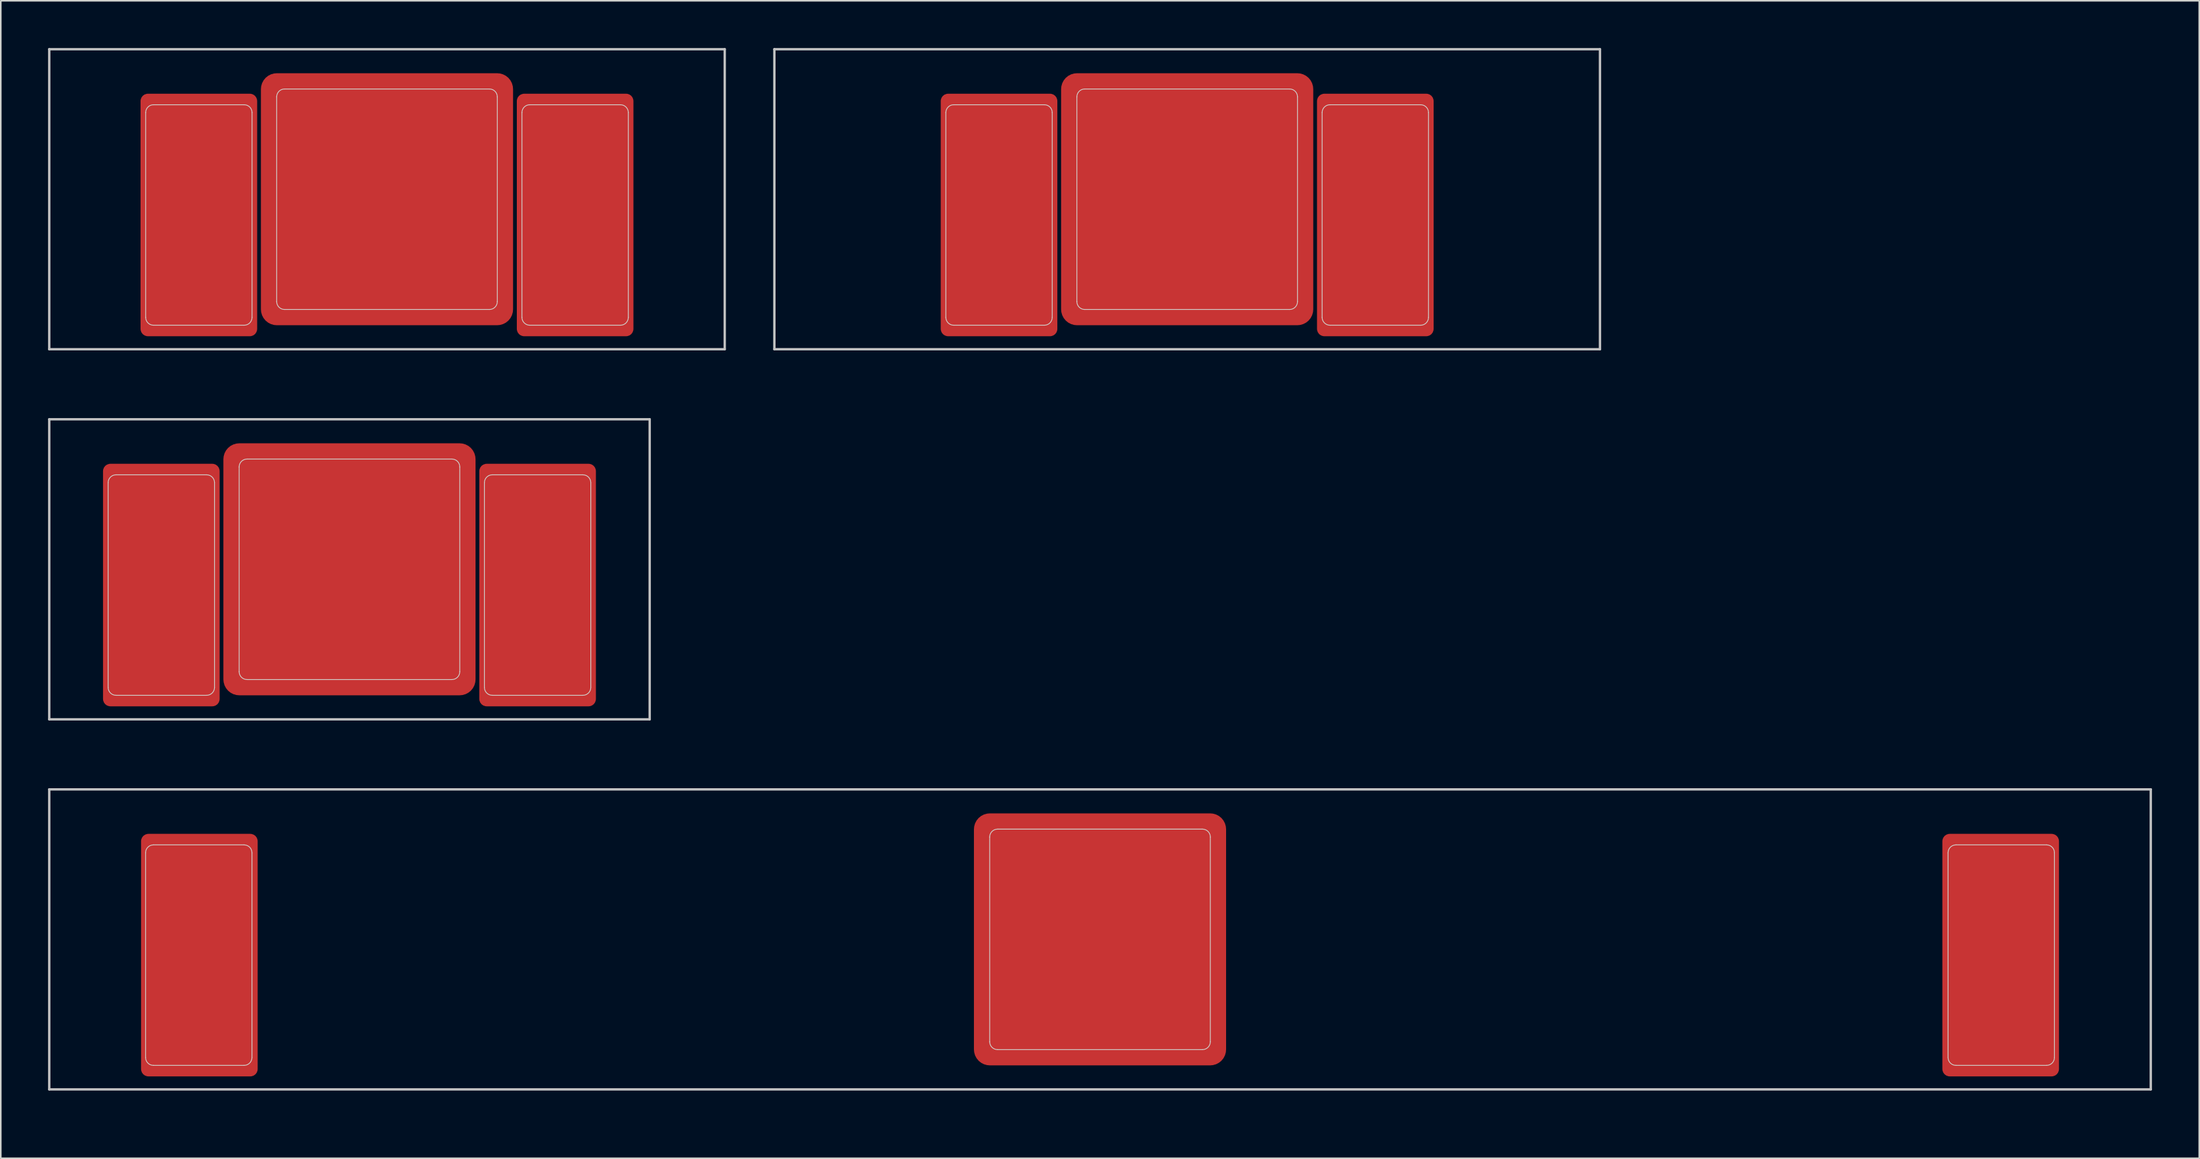
<source format=kicad_pcb>
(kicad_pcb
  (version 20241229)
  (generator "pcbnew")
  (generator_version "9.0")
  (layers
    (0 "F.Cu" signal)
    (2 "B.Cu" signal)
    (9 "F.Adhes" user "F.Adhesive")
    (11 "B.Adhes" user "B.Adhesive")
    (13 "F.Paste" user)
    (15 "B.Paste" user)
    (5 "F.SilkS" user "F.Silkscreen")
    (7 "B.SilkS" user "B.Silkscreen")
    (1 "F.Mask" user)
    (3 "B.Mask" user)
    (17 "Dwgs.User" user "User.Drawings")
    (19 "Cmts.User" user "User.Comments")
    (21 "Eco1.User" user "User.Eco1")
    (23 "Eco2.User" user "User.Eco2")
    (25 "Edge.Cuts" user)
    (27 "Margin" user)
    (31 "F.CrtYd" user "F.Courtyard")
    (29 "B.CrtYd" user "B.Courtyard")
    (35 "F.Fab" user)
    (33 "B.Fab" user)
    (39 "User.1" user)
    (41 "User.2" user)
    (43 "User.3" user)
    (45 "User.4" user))
  (footprint "MX_Cutout_2u"
    (layer "F.Cu")
    (at 19.125 33.098)
    (property "Reference" "MX_Cutout_2u" (at 0.25 10.05 0) (layer "Eco2.User") (effects (font (size 1 1) (thickness 0.15))))
    (attr through_hole)
    (fp_line (start -19.05 -9.525) (end -19.05 9.525) (stroke (width 0.15) (type solid)) (layer "Dwgs.User"))
    (fp_line (start -19.05 -9.525) (end 19.05 -9.525) (stroke (width 0.15) (type solid)) (layer "Dwgs.User"))
    (fp_line (start -19.05 9.525) (end 19.05 9.525) (stroke (width 0.15) (type solid)) (layer "Dwgs.User"))
    (fp_line (start 19.05 -9.525) (end 19.05 9.525) (stroke (width 0.15) (type solid)) (layer "Dwgs.User"))
    (fp_line (start -15.313 7.5) (end -15.313 -5.5) (stroke (width 0.05) (type solid)) (layer "Edge.Cuts"))
    (fp_line (start -14.813 -6) (end -9.063 -6) (stroke (width 0.05) (type solid)) (layer "Edge.Cuts"))
    (fp_line (start -9.063 8) (end -14.813 8) (stroke (width 0.05) (type solid)) (layer "Edge.Cuts"))
    (fp_line (start -8.563 -5.5) (end -8.563 7.5) (stroke (width 0.05) (type solid)) (layer "Edge.Cuts"))
    (fp_line (start -7 6.5) (end -7 -6.5) (stroke (width 0.05) (type solid)) (layer "Edge.Cuts"))
    (fp_line (start -6.5 -7) (end 6.5 -7) (stroke (width 0.05) (type solid)) (layer "Edge.Cuts"))
    (fp_line (start 6.5 7) (end -6.5 7) (stroke (width 0.05) (type solid)) (layer "Edge.Cuts"))
    (fp_line (start 7 -6.5) (end 7 6.5) (stroke (width 0.05) (type solid)) (layer "Edge.Cuts"))
    (fp_line (start 8.563 7.5) (end 8.563 -5.5) (stroke (width 0.05) (type solid)) (layer "Edge.Cuts"))
    (fp_line (start 9.063 -6) (end 14.813 -6) (stroke (width 0.05) (type solid)) (layer "Edge.Cuts"))
    (fp_line (start 14.813 8) (end 9.063 8) (stroke (width 0.05) (type solid)) (layer "Edge.Cuts"))
    (fp_line (start 15.313 -5.5) (end 15.313 7.5) (stroke (width 0.05) (type solid)) (layer "Edge.Cuts"))
    (fp_arc (start -15.313 -5.5) (mid -15.166553 -5.853553) (end -14.813 -6) (stroke (width 0.05) (type solid)) (layer "Edge.Cuts"))
    (fp_arc (start -14.813 8) (mid -15.166553 7.853553) (end -15.313 7.5) (stroke (width 0.05) (type solid)) (layer "Edge.Cuts"))
    (fp_arc (start -9.063 -6) (mid -8.709447 -5.853553) (end -8.563 -5.5) (stroke (width 0.05) (type solid)) (layer "Edge.Cuts"))
    (fp_arc (start -8.563 7.5) (mid -8.709447 7.853553) (end -9.063 8) (stroke (width 0.05) (type solid)) (layer "Edge.Cuts"))
    (fp_arc (start -7 -6.5) (mid -6.853553 -6.853553) (end -6.5 -7) (stroke (width 0.05) (type solid)) (layer "Edge.Cuts"))
    (fp_arc (start -6.5 7) (mid -6.853553 6.853553) (end -7 6.5) (stroke (width 0.05) (type solid)) (layer "Edge.Cuts"))
    (fp_arc (start 6.5 -7) (mid 6.853553 -6.853553) (end 7 -6.5) (stroke (width 0.05) (type solid)) (layer "Edge.Cuts"))
    (fp_arc (start 7 6.5) (mid 6.853553 6.853553) (end 6.5 7) (stroke (width 0.05) (type solid)) (layer "Edge.Cuts"))
    (fp_arc (start 8.563 -5.5) (mid 8.709447 -5.853553) (end 9.063 -6) (stroke (width 0.05) (type solid)) (layer "Edge.Cuts"))
    (fp_arc (start 9.063 8) (mid 8.709447 7.853553) (end 8.563 7.5) (stroke (width 0.05) (type solid)) (layer "Edge.Cuts"))
    (fp_arc (start 14.813 -6) (mid 15.166553 -5.853553) (end 15.313 -5.5) (stroke (width 0.05) (type solid)) (layer "Edge.Cuts"))
    (fp_arc (start 15.313 7.5) (mid 15.166553 7.853553) (end 14.813 8) (stroke (width 0.05) (type solid)) (layer "Edge.Cuts"))
    (pad "1" smd roundrect (at -11.938 1 180) (size 7.4 15.4) (layers "F.Cu" "F.Mask") (roundrect_rratio 0.063))
    (pad "1" smd roundrect (at 0 0 180) (size 16 16) (layers "F.Cu" "F.Mask") (roundrect_rratio 0.063))
    (pad "1" smd roundrect (at 11.938 1 180) (size 7.4 15.4) (layers "F.Cu" "F.Mask") (roundrect_rratio 0.063)))
  (footprint "MX_Cutout_2.75u"
    (layer "F.Cu")
    (at 72.281 9.6)
    (property "Reference" "MX_Cutout_2.75u" (at 0.25 10.05 0) (layer "Eco2.User") (effects (font (size 1 1) (thickness 0.15))))
    (attr through_hole)
    (fp_line (start -26.194 -9.525) (end -26.194 9.525) (stroke (width 0.15) (type solid)) (layer "Dwgs.User"))
    (fp_line (start -26.194 -9.525) (end 26.194 -9.525) (stroke (width 0.15) (type solid)) (layer "Dwgs.User"))
    (fp_line (start -26.194 9.525) (end 26.194 9.525) (stroke (width 0.15) (type solid)) (layer "Dwgs.User"))
    (fp_line (start 26.194 -9.525) (end 26.194 9.525) (stroke (width 0.15) (type solid)) (layer "Dwgs.User"))
    (fp_line (start -15.313 7.5) (end -15.313 -5.5) (stroke (width 0.05) (type solid)) (layer "Edge.Cuts"))
    (fp_line (start -14.813 -6) (end -9.063 -6) (stroke (width 0.05) (type solid)) (layer "Edge.Cuts"))
    (fp_line (start -9.063 8) (end -14.813 8) (stroke (width 0.05) (type solid)) (layer "Edge.Cuts"))
    (fp_line (start -8.563 -5.5) (end -8.563 7.5) (stroke (width 0.05) (type solid)) (layer "Edge.Cuts"))
    (fp_line (start -7 6.5) (end -7 -6.5) (stroke (width 0.05) (type solid)) (layer "Edge.Cuts"))
    (fp_line (start -6.5 -7) (end 6.5 -7) (stroke (width 0.05) (type solid)) (layer "Edge.Cuts"))
    (fp_line (start 6.5 7) (end -6.5 7) (stroke (width 0.05) (type solid)) (layer "Edge.Cuts"))
    (fp_line (start 7 -6.5) (end 7 6.5) (stroke (width 0.05) (type solid)) (layer "Edge.Cuts"))
    (fp_line (start 8.563 7.5) (end 8.563 -5.5) (stroke (width 0.05) (type solid)) (layer "Edge.Cuts"))
    (fp_line (start 9.063 -6) (end 14.813 -6) (stroke (width 0.05) (type solid)) (layer "Edge.Cuts"))
    (fp_line (start 14.813 8) (end 9.063 8) (stroke (width 0.05) (type solid)) (layer "Edge.Cuts"))
    (fp_line (start 15.313 -5.5) (end 15.313 7.5) (stroke (width 0.05) (type solid)) (layer "Edge.Cuts"))
    (fp_arc (start -15.313 -5.5) (mid -15.166553 -5.853553) (end -14.813 -6) (stroke (width 0.05) (type solid)) (layer "Edge.Cuts"))
    (fp_arc (start -14.813 8) (mid -15.166553 7.853553) (end -15.313 7.5) (stroke (width 0.05) (type solid)) (layer "Edge.Cuts"))
    (fp_arc (start -9.063 -6) (mid -8.709447 -5.853553) (end -8.563 -5.5) (stroke (width 0.05) (type solid)) (layer "Edge.Cuts"))
    (fp_arc (start -8.563 7.5) (mid -8.709447 7.853553) (end -9.063 8) (stroke (width 0.05) (type solid)) (layer "Edge.Cuts"))
    (fp_arc (start -7 -6.5) (mid -6.853553 -6.853553) (end -6.5 -7) (stroke (width 0.05) (type solid)) (layer "Edge.Cuts"))
    (fp_arc (start -6.5 7) (mid -6.853553 6.853553) (end -7 6.5) (stroke (width 0.05) (type solid)) (layer "Edge.Cuts"))
    (fp_arc (start 6.5 -7) (mid 6.853553 -6.853553) (end 7 -6.5) (stroke (width 0.05) (type solid)) (layer "Edge.Cuts"))
    (fp_arc (start 7 6.5) (mid 6.853553 6.853553) (end 6.5 7) (stroke (width 0.05) (type solid)) (layer "Edge.Cuts"))
    (fp_arc (start 8.563 -5.5) (mid 8.709447 -5.853553) (end 9.063 -6) (stroke (width 0.05) (type solid)) (layer "Edge.Cuts"))
    (fp_arc (start 9.063 8) (mid 8.709447 7.853553) (end 8.563 7.5) (stroke (width 0.05) (type solid)) (layer "Edge.Cuts"))
    (fp_arc (start 14.813 -6) (mid 15.166553 -5.853553) (end 15.313 -5.5) (stroke (width 0.05) (type solid)) (layer "Edge.Cuts"))
    (fp_arc (start 15.313 7.5) (mid 15.166553 7.853553) (end 14.813 8) (stroke (width 0.05) (type solid)) (layer "Edge.Cuts"))
    (pad "1" smd roundrect (at -11.938 1 180) (size 7.4 15.4) (layers "F.Cu" "F.Mask") (roundrect_rratio 0.063))
    (pad "1" smd roundrect (at 0 0 180) (size 16 16) (layers "F.Cu" "F.Mask") (roundrect_rratio 0.063))
    (pad "1" smd roundrect (at 11.938 1 180) (size 7.4 15.4) (layers "F.Cu" "F.Mask") (roundrect_rratio 0.063)))
  (footprint "MX_Cutout_2.25u"
    (layer "F.Cu")
    (at 21.506 9.6)
    (property "Reference" "MX_Cutout_2.25u" (at 0.25 10.05 0) (layer "Eco2.User") (effects (font (size 1 1) (thickness 0.15))))
    (attr through_hole)
    (fp_line (start -21.431 -9.525) (end -21.431 9.525) (stroke (width 0.15) (type solid)) (layer "Dwgs.User"))
    (fp_line (start -21.431 -9.525) (end 21.431 -9.525) (stroke (width 0.15) (type solid)) (layer "Dwgs.User"))
    (fp_line (start -21.431 9.525) (end 21.431 9.525) (stroke (width 0.15) (type solid)) (layer "Dwgs.User"))
    (fp_line (start 21.431 -9.525) (end 21.431 9.525) (stroke (width 0.15) (type solid)) (layer "Dwgs.User"))
    (fp_line (start -15.313 7.5) (end -15.313 -5.5) (stroke (width 0.05) (type solid)) (layer "Edge.Cuts"))
    (fp_line (start -14.813 -6) (end -9.063 -6) (stroke (width 0.05) (type solid)) (layer "Edge.Cuts"))
    (fp_line (start -9.063 8) (end -14.813 8) (stroke (width 0.05) (type solid)) (layer "Edge.Cuts"))
    (fp_line (start -8.563 -5.5) (end -8.563 7.5) (stroke (width 0.05) (type solid)) (layer "Edge.Cuts"))
    (fp_line (start -7 6.5) (end -7 -6.5) (stroke (width 0.05) (type solid)) (layer "Edge.Cuts"))
    (fp_line (start -6.5 -7) (end 6.5 -7) (stroke (width 0.05) (type solid)) (layer "Edge.Cuts"))
    (fp_line (start 6.5 7) (end -6.5 7) (stroke (width 0.05) (type solid)) (layer "Edge.Cuts"))
    (fp_line (start 7 -6.5) (end 7 6.5) (stroke (width 0.05) (type solid)) (layer "Edge.Cuts"))
    (fp_line (start 8.563 7.5) (end 8.563 -5.5) (stroke (width 0.05) (type solid)) (layer "Edge.Cuts"))
    (fp_line (start 9.063 -6) (end 14.813 -6) (stroke (width 0.05) (type solid)) (layer "Edge.Cuts"))
    (fp_line (start 14.813 8) (end 9.063 8) (stroke (width 0.05) (type solid)) (layer "Edge.Cuts"))
    (fp_line (start 15.313 -5.5) (end 15.313 7.5) (stroke (width 0.05) (type solid)) (layer "Edge.Cuts"))
    (fp_arc (start -15.313 -5.5) (mid -15.166553 -5.853553) (end -14.813 -6) (stroke (width 0.05) (type solid)) (layer "Edge.Cuts"))
    (fp_arc (start -14.813 8) (mid -15.166553 7.853553) (end -15.313 7.5) (stroke (width 0.05) (type solid)) (layer "Edge.Cuts"))
    (fp_arc (start -9.063 -6) (mid -8.709447 -5.853553) (end -8.563 -5.5) (stroke (width 0.05) (type solid)) (layer "Edge.Cuts"))
    (fp_arc (start -8.563 7.5) (mid -8.709447 7.853553) (end -9.063 8) (stroke (width 0.05) (type solid)) (layer "Edge.Cuts"))
    (fp_arc (start -7 -6.5) (mid -6.853553 -6.853553) (end -6.5 -7) (stroke (width 0.05) (type solid)) (layer "Edge.Cuts"))
    (fp_arc (start -6.5 7) (mid -6.853553 6.853553) (end -7 6.5) (stroke (width 0.05) (type solid)) (layer "Edge.Cuts"))
    (fp_arc (start 6.5 -7) (mid 6.853553 -6.853553) (end 7 -6.5) (stroke (width 0.05) (type solid)) (layer "Edge.Cuts"))
    (fp_arc (start 7 6.5) (mid 6.853553 6.853553) (end 6.5 7) (stroke (width 0.05) (type solid)) (layer "Edge.Cuts"))
    (fp_arc (start 8.563 -5.5) (mid 8.709447 -5.853553) (end 9.063 -6) (stroke (width 0.05) (type solid)) (layer "Edge.Cuts"))
    (fp_arc (start 9.063 8) (mid 8.709447 7.853553) (end 8.563 7.5) (stroke (width 0.05) (type solid)) (layer "Edge.Cuts"))
    (fp_arc (start 14.813 -6) (mid 15.166553 -5.853553) (end 15.313 -5.5) (stroke (width 0.05) (type solid)) (layer "Edge.Cuts"))
    (fp_arc (start 15.313 7.5) (mid 15.166553 7.853553) (end 14.813 8) (stroke (width 0.05) (type solid)) (layer "Edge.Cuts"))
    (pad "1" smd roundrect (at -11.938 1 180) (size 7.4 15.4) (layers "F.Cu" "F.Mask") (roundrect_rratio 0.063))
    (pad "1" smd roundrect (at 0 0 180) (size 16 16) (layers "F.Cu" "F.Mask") (roundrect_rratio 0.063))
    (pad "1" smd roundrect (at 11.938 1 180) (size 7.4 15.4) (layers "F.Cu" "F.Mask") (roundrect_rratio 0.063)))
  (footprint "MX_Cutout_7u"
    (layer "F.Cu")
    (at 66.75 56.596)
    (property "Reference" "MX_Cutout_7u" (at 0.25 10.05 0) (layer "Eco2.User") (effects (font (size 1 1) (thickness 0.15))))
    (attr through_hole)
    (fp_line (start -66.675 -9.525) (end -66.675 9.525) (stroke (width 0.15) (type solid)) (layer "Dwgs.User"))
    (fp_line (start -66.675 -9.525) (end 66.675 -9.525) (stroke (width 0.15) (type solid)) (layer "Dwgs.User"))
    (fp_line (start -66.675 9.525) (end 66.675 9.525) (stroke (width 0.15) (type solid)) (layer "Dwgs.User"))
    (fp_line (start 66.675 -9.525) (end 66.675 9.525) (stroke (width 0.15) (type solid)) (layer "Dwgs.User"))
    (fp_line (start -60.562 7.5) (end -60.562 -5.5) (stroke (width 0.05) (type solid)) (layer "Edge.Cuts"))
    (fp_line (start -60.062 -6) (end -54.312 -6) (stroke (width 0.05) (type solid)) (layer "Edge.Cuts"))
    (fp_line (start -54.312 8) (end -60.062 8) (stroke (width 0.05) (type solid)) (layer "Edge.Cuts"))
    (fp_line (start -53.812 -5.5) (end -53.812 7.5) (stroke (width 0.05) (type solid)) (layer "Edge.Cuts"))
    (fp_line (start -7 6.5) (end -7 -6.5) (stroke (width 0.05) (type solid)) (layer "Edge.Cuts"))
    (fp_line (start -6.5 -7) (end 6.5 -7) (stroke (width 0.05) (type solid)) (layer "Edge.Cuts"))
    (fp_line (start 6.5 7) (end -6.5 7) (stroke (width 0.05) (type solid)) (layer "Edge.Cuts"))
    (fp_line (start 7 -6.5) (end 7 6.5) (stroke (width 0.05) (type solid)) (layer "Edge.Cuts"))
    (fp_line (start 53.812 7.5) (end 53.812 -5.5) (stroke (width 0.05) (type solid)) (layer "Edge.Cuts"))
    (fp_line (start 54.312 -6) (end 60.062 -6) (stroke (width 0.05) (type solid)) (layer "Edge.Cuts"))
    (fp_line (start 60.062 8) (end 54.312 8) (stroke (width 0.05) (type solid)) (layer "Edge.Cuts"))
    (fp_line (start 60.562 -5.5) (end 60.562 7.5) (stroke (width 0.05) (type solid)) (layer "Edge.Cuts"))
    (fp_arc (start -60.5625 -5.5) (mid -60.416053 -5.853553) (end -60.0625 -6) (stroke (width 0.05) (type solid)) (layer "Edge.Cuts"))
    (fp_arc (start -60.0625 8) (mid -60.416053 7.853553) (end -60.5625 7.5) (stroke (width 0.05) (type solid)) (layer "Edge.Cuts"))
    (fp_arc (start -54.3125 -6) (mid -53.958947 -5.853553) (end -53.8125 -5.5) (stroke (width 0.05) (type solid)) (layer "Edge.Cuts"))
    (fp_arc (start -53.8125 7.5) (mid -53.958947 7.853553) (end -54.3125 8) (stroke (width 0.05) (type solid)) (layer "Edge.Cuts"))
    (fp_arc (start -7 -6.5) (mid -6.853553 -6.853553) (end -6.5 -7) (stroke (width 0.05) (type solid)) (layer "Edge.Cuts"))
    (fp_arc (start -6.5 7) (mid -6.853553 6.853553) (end -7 6.5) (stroke (width 0.05) (type solid)) (layer "Edge.Cuts"))
    (fp_arc (start 6.5 -7) (mid 6.853553 -6.853553) (end 7 -6.5) (stroke (width 0.05) (type solid)) (layer "Edge.Cuts"))
    (fp_arc (start 7 6.5) (mid 6.853553 6.853553) (end 6.5 7) (stroke (width 0.05) (type solid)) (layer "Edge.Cuts"))
    (fp_arc (start 53.8125 -5.5) (mid 53.958947 -5.853553) (end 54.3125 -6) (stroke (width 0.05) (type solid)) (layer "Edge.Cuts"))
    (fp_arc (start 54.3125 8) (mid 53.958947 7.853553) (end 53.8125 7.5) (stroke (width 0.05) (type solid)) (layer "Edge.Cuts"))
    (fp_arc (start 60.0625 -6) (mid 60.416053 -5.853553) (end 60.5625 -5.5) (stroke (width 0.05) (type solid)) (layer "Edge.Cuts"))
    (fp_arc (start 60.5625 7.5) (mid 60.416053 7.853553) (end 60.0625 8) (stroke (width 0.05) (type solid)) (layer "Edge.Cuts"))
    (pad "1" smd roundrect (at -57.15 1 180) (size 7.4 15.4) (layers "F.Cu" "F.Mask") (roundrect_rratio 0.063))
    (pad "1" smd roundrect (at 0 0 180) (size 16 16) (layers "F.Cu" "F.Mask") (roundrect_rratio 0.063))
    (pad "1" smd roundrect (at 57.15 1 180) (size 7.4 15.4) (layers "F.Cu" "F.Mask") (roundrect_rratio 0.063)))
  (gr_rect
    (start -3 -3)
    (end 136.5 70.495)
    (stroke (width 0.1) (type default))
    (fill no)
    (layer "Edge.Cuts")))
</source>
